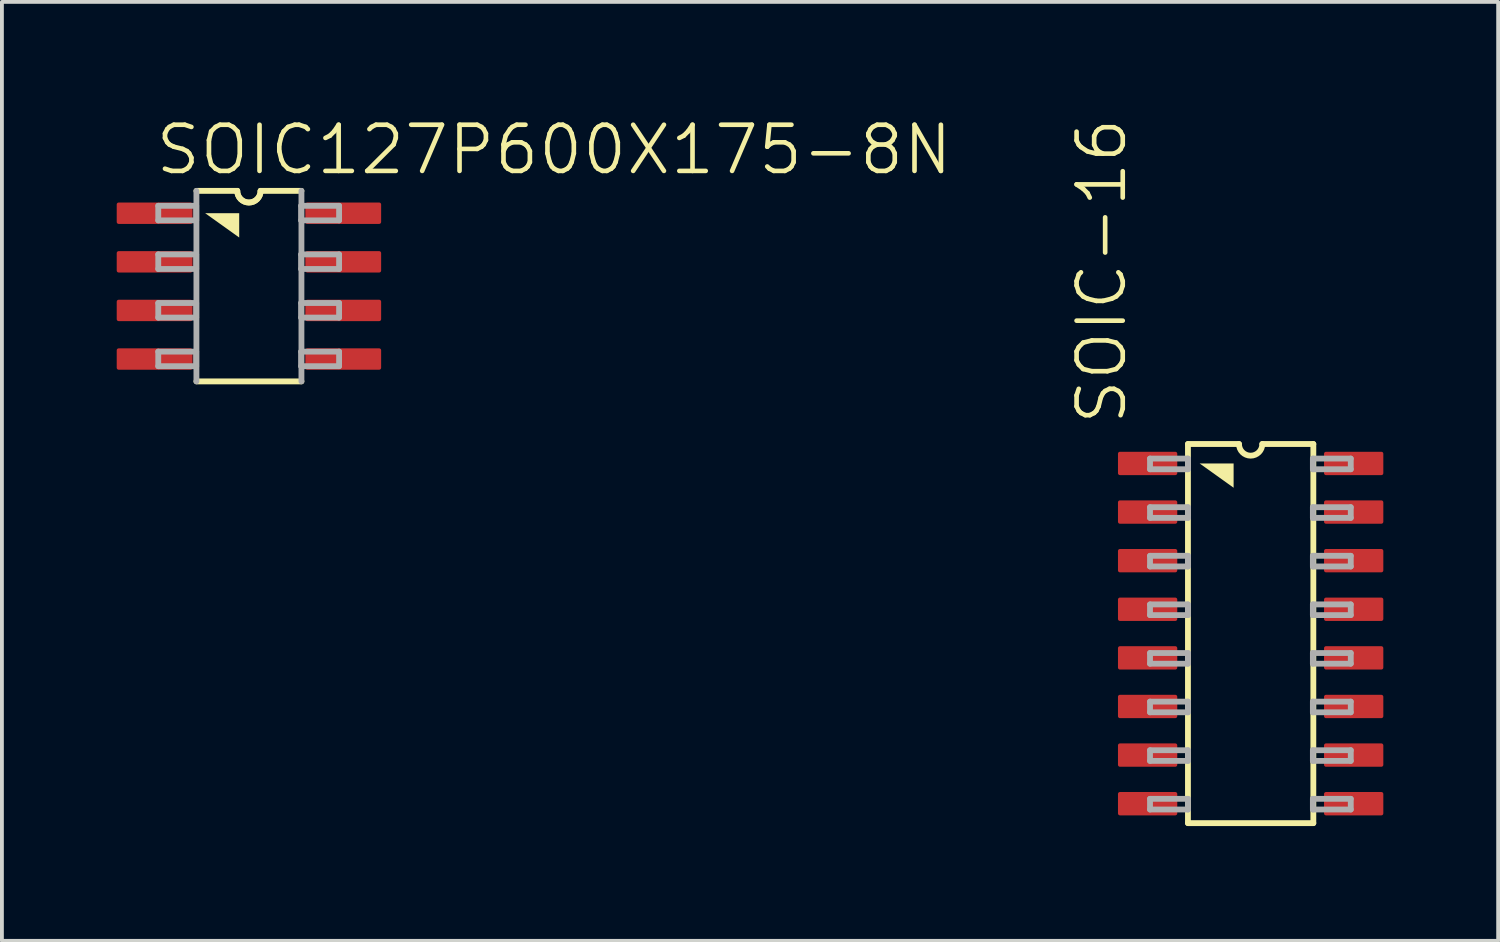
<source format=kicad_pcb>
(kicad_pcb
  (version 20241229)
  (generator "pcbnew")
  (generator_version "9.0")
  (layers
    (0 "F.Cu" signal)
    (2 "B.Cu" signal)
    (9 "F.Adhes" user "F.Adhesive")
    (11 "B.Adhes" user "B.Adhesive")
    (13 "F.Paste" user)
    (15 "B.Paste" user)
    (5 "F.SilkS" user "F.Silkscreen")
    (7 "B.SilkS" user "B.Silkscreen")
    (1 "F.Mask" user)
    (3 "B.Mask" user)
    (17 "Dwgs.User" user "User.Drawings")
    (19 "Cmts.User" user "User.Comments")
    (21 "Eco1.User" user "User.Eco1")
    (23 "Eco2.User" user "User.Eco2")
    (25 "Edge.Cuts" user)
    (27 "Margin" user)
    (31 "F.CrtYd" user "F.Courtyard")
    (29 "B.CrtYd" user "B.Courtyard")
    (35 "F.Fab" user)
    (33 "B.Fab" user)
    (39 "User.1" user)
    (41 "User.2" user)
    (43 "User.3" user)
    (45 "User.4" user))
  (footprint "SOIC-16"
    (layer "F.Cu")
    (at 29.627 13.504)
    (property "Reference" "SOIC-16" (at -3.188 -5.397 270) (layer "F.SilkS") (effects (font (size 1.206 1.206) (thickness 0.121)) (justify left bottom)))
    (attr through_hole)
    (fp_line (start -1.638 -4.953) (end -1.638 4.953) (stroke (width 0.152) (type solid)) (layer "F.SilkS"))
    (fp_line (start -1.638 4.953) (end 1.638 4.953) (stroke (width 0.152) (type solid)) (layer "F.SilkS"))
    (fp_line (start -0.305 -4.953) (end -1.638 -4.953) (stroke (width 0.152) (type solid)) (layer "F.SilkS"))
    (fp_line (start 1.638 -4.953) (end 0.305 -4.953) (stroke (width 0.152) (type solid)) (layer "F.SilkS"))
    (fp_line (start 1.638 4.953) (end 1.638 -4.953) (stroke (width 0.152) (type solid)) (layer "F.SilkS"))
    (fp_arc (start 0.3048 -4.953) (mid 0 -4.6482) (end -0.3048 -4.953) (stroke (width 0.1524) (type solid)) (layer "F.SilkS"))
    (fp_poly (pts (xy -1.333 -4.445) (xy -0.445 -4.445) (xy -0.445 -3.81)) (stroke (width 0) (type solid)) (fill yes) (layer "F.SilkS"))
    (fp_line (start -2.629 -4.572) (end -2.629 -4.293) (stroke (width 0.152) (type solid)) (layer "F.Fab"))
    (fp_line (start -2.629 -4.293) (end -1.638 -4.293) (stroke (width 0.152) (type solid)) (layer "F.Fab"))
    (fp_line (start -2.629 -3.302) (end -2.629 -3.023) (stroke (width 0.152) (type solid)) (layer "F.Fab"))
    (fp_line (start -2.629 -3.023) (end -1.638 -3.023) (stroke (width 0.152) (type solid)) (layer "F.Fab"))
    (fp_line (start -2.629 -2.032) (end -2.629 -1.753) (stroke (width 0.152) (type solid)) (layer "F.Fab"))
    (fp_line (start -2.629 -1.753) (end -1.638 -1.753) (stroke (width 0.152) (type solid)) (layer "F.Fab"))
    (fp_line (start -2.629 -0.762) (end -2.629 -0.483) (stroke (width 0.152) (type solid)) (layer "F.Fab"))
    (fp_line (start -2.629 -0.483) (end -1.638 -0.483) (stroke (width 0.152) (type solid)) (layer "F.Fab"))
    (fp_line (start -2.629 0.508) (end -2.629 0.787) (stroke (width 0.152) (type solid)) (layer "F.Fab"))
    (fp_line (start -2.629 0.787) (end -1.638 0.787) (stroke (width 0.152) (type solid)) (layer "F.Fab"))
    (fp_line (start -2.629 1.778) (end -2.629 2.057) (stroke (width 0.152) (type solid)) (layer "F.Fab"))
    (fp_line (start -2.629 2.057) (end -1.638 2.057) (stroke (width 0.152) (type solid)) (layer "F.Fab"))
    (fp_line (start -2.629 3.048) (end -2.629 3.327) (stroke (width 0.152) (type solid)) (layer "F.Fab"))
    (fp_line (start -2.629 3.327) (end -1.638 3.327) (stroke (width 0.152) (type solid)) (layer "F.Fab"))
    (fp_line (start -2.629 4.318) (end -2.629 4.597) (stroke (width 0.152) (type solid)) (layer "F.Fab"))
    (fp_line (start -2.629 4.597) (end -1.638 4.597) (stroke (width 0.152) (type solid)) (layer "F.Fab"))
    (fp_line (start -1.638 -4.572) (end -2.629 -4.572) (stroke (width 0.152) (type solid)) (layer "F.Fab"))
    (fp_line (start -1.638 -4.293) (end -1.638 -4.572) (stroke (width 0.152) (type solid)) (layer "F.Fab"))
    (fp_line (start -1.638 -3.302) (end -2.629 -3.302) (stroke (width 0.152) (type solid)) (layer "F.Fab"))
    (fp_line (start -1.638 -3.023) (end -1.638 -3.302) (stroke (width 0.152) (type solid)) (layer "F.Fab"))
    (fp_line (start -1.638 -2.032) (end -2.629 -2.032) (stroke (width 0.152) (type solid)) (layer "F.Fab"))
    (fp_line (start -1.638 -1.753) (end -1.638 -2.032) (stroke (width 0.152) (type solid)) (layer "F.Fab"))
    (fp_line (start -1.638 -0.762) (end -2.629 -0.762) (stroke (width 0.152) (type solid)) (layer "F.Fab"))
    (fp_line (start -1.638 -0.483) (end -1.638 -0.762) (stroke (width 0.152) (type solid)) (layer "F.Fab"))
    (fp_line (start -1.638 0.508) (end -2.629 0.508) (stroke (width 0.152) (type solid)) (layer "F.Fab"))
    (fp_line (start -1.638 0.787) (end -1.638 0.508) (stroke (width 0.152) (type solid)) (layer "F.Fab"))
    (fp_line (start -1.638 1.778) (end -2.629 1.778) (stroke (width 0.152) (type solid)) (layer "F.Fab"))
    (fp_line (start -1.638 2.057) (end -1.638 1.778) (stroke (width 0.152) (type solid)) (layer "F.Fab"))
    (fp_line (start -1.638 3.048) (end -2.629 3.048) (stroke (width 0.152) (type solid)) (layer "F.Fab"))
    (fp_line (start -1.638 3.327) (end -1.638 3.048) (stroke (width 0.152) (type solid)) (layer "F.Fab"))
    (fp_line (start -1.638 4.318) (end -2.629 4.318) (stroke (width 0.152) (type solid)) (layer "F.Fab"))
    (fp_line (start -1.638 4.597) (end -1.638 4.318) (stroke (width 0.152) (type solid)) (layer "F.Fab"))
    (fp_line (start 1.626 -4.572) (end 1.626 -4.293) (stroke (width 0.152) (type solid)) (layer "F.Fab"))
    (fp_line (start 1.626 -4.293) (end 2.616 -4.293) (stroke (width 0.152) (type solid)) (layer "F.Fab"))
    (fp_line (start 1.626 -3.302) (end 1.626 -3.023) (stroke (width 0.152) (type solid)) (layer "F.Fab"))
    (fp_line (start 1.626 -3.023) (end 2.616 -3.023) (stroke (width 0.152) (type solid)) (layer "F.Fab"))
    (fp_line (start 1.626 -2.032) (end 1.626 -1.753) (stroke (width 0.152) (type solid)) (layer "F.Fab"))
    (fp_line (start 1.626 -1.753) (end 2.616 -1.753) (stroke (width 0.152) (type solid)) (layer "F.Fab"))
    (fp_line (start 1.626 -0.762) (end 1.626 -0.483) (stroke (width 0.152) (type solid)) (layer "F.Fab"))
    (fp_line (start 1.626 -0.483) (end 2.616 -0.483) (stroke (width 0.152) (type solid)) (layer "F.Fab"))
    (fp_line (start 1.626 0.508) (end 1.626 0.787) (stroke (width 0.152) (type solid)) (layer "F.Fab"))
    (fp_line (start 1.626 0.787) (end 2.616 0.787) (stroke (width 0.152) (type solid)) (layer "F.Fab"))
    (fp_line (start 1.626 1.778) (end 1.626 2.057) (stroke (width 0.152) (type solid)) (layer "F.Fab"))
    (fp_line (start 1.626 2.057) (end 2.616 2.057) (stroke (width 0.152) (type solid)) (layer "F.Fab"))
    (fp_line (start 1.626 3.048) (end 1.626 3.327) (stroke (width 0.152) (type solid)) (layer "F.Fab"))
    (fp_line (start 1.626 3.327) (end 2.616 3.327) (stroke (width 0.152) (type solid)) (layer "F.Fab"))
    (fp_line (start 1.626 4.318) (end 1.626 4.597) (stroke (width 0.152) (type solid)) (layer "F.Fab"))
    (fp_line (start 1.626 4.597) (end 2.616 4.597) (stroke (width 0.152) (type solid)) (layer "F.Fab"))
    (fp_line (start 2.616 -4.572) (end 1.626 -4.572) (stroke (width 0.152) (type solid)) (layer "F.Fab"))
    (fp_line (start 2.616 -4.293) (end 2.616 -4.572) (stroke (width 0.152) (type solid)) (layer "F.Fab"))
    (fp_line (start 2.616 -3.302) (end 1.626 -3.302) (stroke (width 0.152) (type solid)) (layer "F.Fab"))
    (fp_line (start 2.616 -3.023) (end 2.616 -3.302) (stroke (width 0.152) (type solid)) (layer "F.Fab"))
    (fp_line (start 2.616 -2.032) (end 1.626 -2.032) (stroke (width 0.152) (type solid)) (layer "F.Fab"))
    (fp_line (start 2.616 -1.753) (end 2.616 -2.032) (stroke (width 0.152) (type solid)) (layer "F.Fab"))
    (fp_line (start 2.616 -0.762) (end 1.626 -0.762) (stroke (width 0.152) (type solid)) (layer "F.Fab"))
    (fp_line (start 2.616 -0.483) (end 2.616 -0.762) (stroke (width 0.152) (type solid)) (layer "F.Fab"))
    (fp_line (start 2.616 0.508) (end 1.626 0.508) (stroke (width 0.152) (type solid)) (layer "F.Fab"))
    (fp_line (start 2.616 0.787) (end 2.616 0.508) (stroke (width 0.152) (type solid)) (layer "F.Fab"))
    (fp_line (start 2.616 1.778) (end 1.626 1.778) (stroke (width 0.152) (type solid)) (layer "F.Fab"))
    (fp_line (start 2.616 2.057) (end 2.616 1.778) (stroke (width 0.152) (type solid)) (layer "F.Fab"))
    (fp_line (start 2.616 3.048) (end 1.626 3.048) (stroke (width 0.152) (type solid)) (layer "F.Fab"))
    (fp_line (start 2.616 3.327) (end 2.616 3.048) (stroke (width 0.152) (type solid)) (layer "F.Fab"))
    (fp_line (start 2.616 4.318) (end 1.626 4.318) (stroke (width 0.152) (type solid)) (layer "F.Fab"))
    (fp_line (start 2.616 4.597) (end 2.616 4.318) (stroke (width 0.152) (type solid)) (layer "F.Fab"))
    (pad "1" smd roundrect (at -2.692 -4.445) (size 1.549 0.61) (layers "F.Cu" "F.Mask" "F.Paste") (roundrect_rratio 0.083))
    (pad "2" smd roundrect (at -2.692 -3.175) (size 1.549 0.61) (layers "F.Cu" "F.Mask" "F.Paste") (roundrect_rratio 0.083))
    (pad "3" smd roundrect (at -2.692 -1.905) (size 1.549 0.61) (layers "F.Cu" "F.Mask" "F.Paste") (roundrect_rratio 0.083))
    (pad "4" smd roundrect (at -2.692 -0.635) (size 1.549 0.61) (layers "F.Cu" "F.Mask" "F.Paste") (roundrect_rratio 0.083))
    (pad "5" smd roundrect (at -2.692 0.635) (size 1.549 0.61) (layers "F.Cu" "F.Mask" "F.Paste") (roundrect_rratio 0.083))
    (pad "6" smd roundrect (at -2.692 1.905) (size 1.549 0.61) (layers "F.Cu" "F.Mask" "F.Paste") (roundrect_rratio 0.083))
    (pad "7" smd roundrect (at -2.692 3.175) (size 1.549 0.61) (layers "F.Cu" "F.Mask" "F.Paste") (roundrect_rratio 0.083))
    (pad "8" smd roundrect (at -2.692 4.445) (size 1.549 0.61) (layers "F.Cu" "F.Mask" "F.Paste") (roundrect_rratio 0.083))
    (pad "9" smd roundrect (at 2.692 4.445) (size 1.549 0.61) (layers "F.Cu" "F.Mask" "F.Paste") (roundrect_rratio 0.083))
    (pad "10" smd roundrect (at 2.692 3.175) (size 1.549 0.61) (layers "F.Cu" "F.Mask" "F.Paste") (roundrect_rratio 0.083))
    (pad "11" smd roundrect (at 2.692 1.905) (size 1.549 0.61) (layers "F.Cu" "F.Mask" "F.Paste") (roundrect_rratio 0.083))
    (pad "12" smd roundrect (at 2.692 0.635) (size 1.549 0.61) (layers "F.Cu" "F.Mask" "F.Paste") (roundrect_rratio 0.083))
    (pad "13" smd roundrect (at 2.692 -0.635) (size 1.549 0.61) (layers "F.Cu" "F.Mask" "F.Paste") (roundrect_rratio 0.083))
    (pad "14" smd roundrect (at 2.692 -1.905) (size 1.549 0.61) (layers "F.Cu" "F.Mask" "F.Paste") (roundrect_rratio 0.083))
    (pad "15" smd roundrect (at 2.692 -3.175) (size 1.549 0.61) (layers "F.Cu" "F.Mask" "F.Paste") (roundrect_rratio 0.083))
    (pad "16" smd roundrect (at 2.692 -4.445) (size 1.549 0.61) (layers "F.Cu" "F.Mask" "F.Paste") (roundrect_rratio 0.083)))
  (footprint "SOIC127P600X175-8N"
    (layer "F.Cu")
    (at 3.454 4.426)
    (property "Reference" "SOIC127P600X175-8N" (at -2.502 -2.857 180) (layer "F.SilkS") (effects (font (size 1.206 1.206) (thickness 0.121)) (justify left bottom)))
    (attr through_hole)
    (fp_line (start -1.372 2.489) (end 1.372 2.489) (stroke (width 0.152) (type solid)) (layer "F.SilkS"))
    (fp_line (start -0.305 -2.489) (end -1.372 -2.489) (stroke (width 0.152) (type solid)) (layer "F.SilkS"))
    (fp_line (start 1.372 -2.489) (end 0.305 -2.489) (stroke (width 0.152) (type solid)) (layer "F.SilkS"))
    (fp_arc (start 0.3048 -2.4892) (mid 0 -2.1844) (end -0.3048 -2.4892) (stroke (width 0.1524) (type solid)) (layer "F.SilkS"))
    (fp_arc (start 0.3048 -2.4892) (mid 0 -2.1844) (end -0.3048 -2.4892) (stroke (width 0.1524) (type solid)) (layer "F.SilkS"))
    (fp_poly (pts (xy -1.143 -1.905) (xy -0.254 -1.905) (xy -0.254 -1.27)) (stroke (width 0) (type solid)) (fill yes) (layer "F.SilkS"))
    (fp_line (start -2.369 -2.099) (end -2.369 -1.718) (stroke (width 0.152) (type solid)) (layer "F.Fab"))
    (fp_line (start -2.369 -1.718) (end -1.378 -1.718) (stroke (width 0.152) (type solid)) (layer "F.Fab"))
    (fp_line (start -2.369 -0.829) (end -2.369 -0.448) (stroke (width 0.152) (type solid)) (layer "F.Fab"))
    (fp_line (start -2.369 -0.448) (end -1.378 -0.448) (stroke (width 0.152) (type solid)) (layer "F.Fab"))
    (fp_line (start -2.369 0.441) (end -2.369 0.822) (stroke (width 0.152) (type solid)) (layer "F.Fab"))
    (fp_line (start -2.369 0.822) (end -1.378 0.822) (stroke (width 0.152) (type solid)) (layer "F.Fab"))
    (fp_line (start -2.369 1.711) (end -2.369 2.092) (stroke (width 0.152) (type solid)) (layer "F.Fab"))
    (fp_line (start -2.369 2.092) (end -1.378 2.092) (stroke (width 0.152) (type solid)) (layer "F.Fab"))
    (fp_line (start -1.378 -2.099) (end -2.369 -2.099) (stroke (width 0.152) (type solid)) (layer "F.Fab"))
    (fp_line (start -1.378 -1.718) (end -1.378 -2.099) (stroke (width 0.152) (type solid)) (layer "F.Fab"))
    (fp_line (start -1.378 -0.829) (end -2.369 -0.829) (stroke (width 0.152) (type solid)) (layer "F.Fab"))
    (fp_line (start -1.378 -0.448) (end -1.378 -0.829) (stroke (width 0.152) (type solid)) (layer "F.Fab"))
    (fp_line (start -1.378 0.441) (end -2.369 0.441) (stroke (width 0.152) (type solid)) (layer "F.Fab"))
    (fp_line (start -1.378 0.822) (end -1.378 0.441) (stroke (width 0.152) (type solid)) (layer "F.Fab"))
    (fp_line (start -1.378 1.711) (end -2.369 1.711) (stroke (width 0.152) (type solid)) (layer "F.Fab"))
    (fp_line (start -1.378 2.092) (end -1.378 1.711) (stroke (width 0.152) (type solid)) (layer "F.Fab"))
    (fp_line (start -1.372 2.489) (end -1.372 -2.489) (stroke (width 0.152) (type solid)) (layer "F.Fab"))
    (fp_line (start 1.365 -2.099) (end 1.365 -1.718) (stroke (width 0.152) (type solid)) (layer "F.Fab"))
    (fp_line (start 1.365 -1.718) (end 2.356 -1.718) (stroke (width 0.152) (type solid)) (layer "F.Fab"))
    (fp_line (start 1.365 -0.829) (end 1.365 -0.448) (stroke (width 0.152) (type solid)) (layer "F.Fab"))
    (fp_line (start 1.365 -0.448) (end 2.356 -0.448) (stroke (width 0.152) (type solid)) (layer "F.Fab"))
    (fp_line (start 1.365 0.441) (end 1.365 0.822) (stroke (width 0.152) (type solid)) (layer "F.Fab"))
    (fp_line (start 1.365 0.822) (end 2.356 0.822) (stroke (width 0.152) (type solid)) (layer "F.Fab"))
    (fp_line (start 1.365 1.711) (end 1.365 2.092) (stroke (width 0.152) (type solid)) (layer "F.Fab"))
    (fp_line (start 1.365 2.092) (end 2.356 2.092) (stroke (width 0.152) (type solid)) (layer "F.Fab"))
    (fp_line (start 1.372 2.489) (end 1.372 -2.489) (stroke (width 0.152) (type solid)) (layer "F.Fab"))
    (fp_line (start 2.356 -2.099) (end 1.365 -2.099) (stroke (width 0.152) (type solid)) (layer "F.Fab"))
    (fp_line (start 2.356 -1.718) (end 2.356 -2.099) (stroke (width 0.152) (type solid)) (layer "F.Fab"))
    (fp_line (start 2.356 -0.829) (end 1.365 -0.829) (stroke (width 0.152) (type solid)) (layer "F.Fab"))
    (fp_line (start 2.356 -0.448) (end 2.356 -0.829) (stroke (width 0.152) (type solid)) (layer "F.Fab"))
    (fp_line (start 2.356 0.441) (end 1.365 0.441) (stroke (width 0.152) (type solid)) (layer "F.Fab"))
    (fp_line (start 2.356 0.822) (end 2.356 0.441) (stroke (width 0.152) (type solid)) (layer "F.Fab"))
    (fp_line (start 2.356 1.711) (end 1.365 1.711) (stroke (width 0.152) (type solid)) (layer "F.Fab"))
    (fp_line (start 2.356 2.092) (end 2.356 1.711) (stroke (width 0.152) (type solid)) (layer "F.Fab"))
    (pad "1" smd roundrect (at -2.464 -1.905) (size 1.981 0.559) (layers "F.Cu" "F.Mask" "F.Paste") (roundrect_rratio 0.091))
    (pad "2" smd roundrect (at -2.464 -0.635) (size 1.981 0.559) (layers "F.Cu" "F.Mask" "F.Paste") (roundrect_rratio 0.091))
    (pad "3" smd roundrect (at -2.464 0.635) (size 1.981 0.559) (layers "F.Cu" "F.Mask" "F.Paste") (roundrect_rratio 0.091))
    (pad "4" smd roundrect (at -2.464 1.905) (size 1.981 0.559) (layers "F.Cu" "F.Mask" "F.Paste") (roundrect_rratio 0.091))
    (pad "5" smd roundrect (at 2.464 1.905) (size 1.981 0.559) (layers "F.Cu" "F.Mask" "F.Paste") (roundrect_rratio 0.091))
    (pad "6" smd roundrect (at 2.464 0.635) (size 1.981 0.559) (layers "F.Cu" "F.Mask" "F.Paste") (roundrect_rratio 0.091))
    (pad "7" smd roundrect (at 2.464 -0.635) (size 1.981 0.559) (layers "F.Cu" "F.Mask" "F.Paste") (roundrect_rratio 0.091))
    (pad "8" smd roundrect (at 2.464 -1.905) (size 1.981 0.559) (layers "F.Cu" "F.Mask" "F.Paste") (roundrect_rratio 0.091)))
  (gr_rect
    (start -3 -3)
    (end 36.094 21.533)
    (stroke (width 0.1) (type default))
    (fill no)
    (layer "Edge.Cuts")))
</source>
